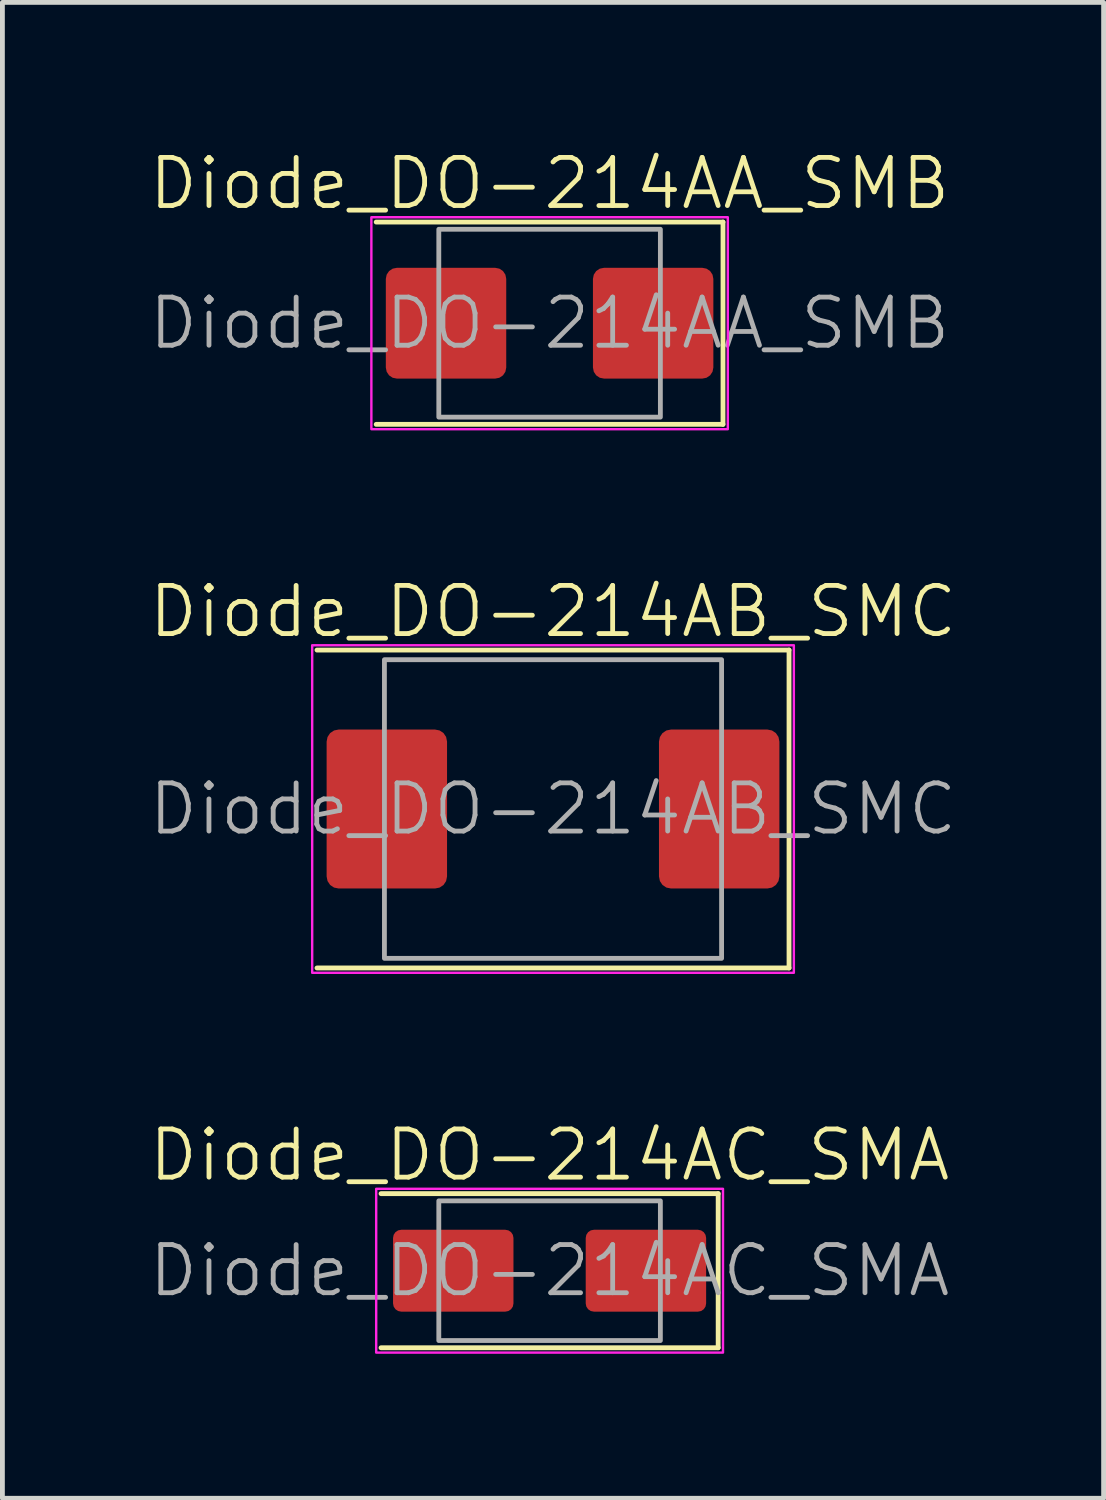
<source format=kicad_pcb>
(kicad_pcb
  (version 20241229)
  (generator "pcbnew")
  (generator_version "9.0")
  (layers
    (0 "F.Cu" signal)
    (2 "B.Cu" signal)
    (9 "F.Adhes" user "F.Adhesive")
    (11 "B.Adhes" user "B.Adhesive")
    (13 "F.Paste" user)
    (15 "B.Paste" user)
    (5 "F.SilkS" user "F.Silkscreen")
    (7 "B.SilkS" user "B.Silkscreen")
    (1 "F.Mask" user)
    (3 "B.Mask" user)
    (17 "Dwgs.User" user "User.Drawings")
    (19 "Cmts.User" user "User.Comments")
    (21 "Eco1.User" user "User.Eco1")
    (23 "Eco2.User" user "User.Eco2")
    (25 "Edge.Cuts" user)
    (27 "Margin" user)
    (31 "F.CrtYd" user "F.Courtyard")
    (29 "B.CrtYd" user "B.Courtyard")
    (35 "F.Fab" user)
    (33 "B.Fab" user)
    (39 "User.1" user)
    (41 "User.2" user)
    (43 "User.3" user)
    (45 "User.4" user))
  (footprint "Diode_DO-214AC_SMA"
    (layer "F.Cu")
    (at 8.36 23.331)
    (property "Reference" "Diode_DO-214AC_SMA" (at 0 -2.4 0) (unlocked yes) (layer "F.SilkS") (effects (font (size 1 1) (thickness 0.1))))
    (attr smd)
    (fp_line (start -3.5 -1.6) (end 3.5 -1.6) (stroke (width 0.1) (type default)) (layer "F.SilkS"))
    (fp_line (start 3.5 -1.6) (end 3.5 1.6) (stroke (width 0.1) (type default)) (layer "F.SilkS"))
    (fp_line (start 3.5 1.6) (end -3.5 1.6) (stroke (width 0.1) (type default)) (layer "F.SilkS"))
    (fp_rect (start -3.6 -1.7) (end 3.6 1.7) (stroke (width 0.05) (type default)) (fill no) (layer "F.CrtYd"))
    (fp_rect (start -2.3 -1.45) (end 2.3 1.45) (stroke (width 0.1) (type default)) (fill no) (layer "F.Fab"))
    (fp_text user "${REFERENCE}" (at 0 0 0) (unlocked yes) (layer "F.Fab") (effects (font (size 1 1) (thickness 0.1))))
    (pad "1" smd roundrect (at -2 0) (size 2.5 1.7) (layers "F.Cu" "F.Mask" "F.Paste") (roundrect_rratio 0.1))
    (pad "2" smd roundrect (at 2 0) (size 2.5 1.7) (layers "F.Cu" "F.Mask" "F.Paste") (roundrect_rratio 0.1)))
  (footprint "Diode_DO-214AB_SMC"
    (layer "F.Cu")
    (at 8.431 13.746)
    (property "Reference" "Diode_DO-214AB_SMC" (at 0 -4.1 0) (unlocked yes) (layer "F.SilkS") (effects (font (size 1 1) (thickness 0.1))))
    (attr smd)
    (fp_line (start -4.9 -3.3) (end 4.9 -3.3) (stroke (width 0.1) (type default)) (layer "F.SilkS"))
    (fp_line (start 4.9 -3.3) (end 4.9 3.3) (stroke (width 0.1) (type default)) (layer "F.SilkS"))
    (fp_line (start 4.9 3.3) (end -4.9 3.3) (stroke (width 0.1) (type default)) (layer "F.SilkS"))
    (fp_rect (start -5 3.4) (end 5 -3.4) (stroke (width 0.05) (type default)) (fill no) (layer "F.CrtYd"))
    (fp_rect (start -3.5 -3.1) (end 3.5 3.1) (stroke (width 0.1) (type default)) (fill no) (layer "F.Fab"))
    (fp_text user "${REFERENCE}" (at 0 0 0) (unlocked yes) (layer "F.Fab") (effects (font (size 1 1) (thickness 0.1))))
    (pad "1" smd roundrect (at -3.45 0) (size 2.5 3.3) (layers "F.Cu" "F.Mask" "F.Paste") (roundrect_rratio 0.1))
    (pad "2" smd roundrect (at 3.45 0) (size 2.5 3.3) (layers "F.Cu" "F.Mask" "F.Paste") (roundrect_rratio 0.1)))
  (footprint "Diode_DO-214AA_SMB"
    (layer "F.Cu")
    (at 8.36 3.66)
    (property "Reference" "Diode_DO-214AA_SMB" (at 0 -2.9 0) (unlocked yes) (layer "F.SilkS") (effects (font (size 1 1) (thickness 0.1))))
    (attr smd)
    (fp_line (start -3.6 -2.1) (end 3.6 -2.1) (stroke (width 0.1) (type default)) (layer "F.SilkS"))
    (fp_line (start 3.6 -2.1) (end 3.6 2.1) (stroke (width 0.1) (type default)) (layer "F.SilkS"))
    (fp_line (start 3.6 2.1) (end -3.6 2.1) (stroke (width 0.1) (type default)) (layer "F.SilkS"))
    (fp_rect (start -3.7 -2.2) (end 3.7 2.2) (stroke (width 0.05) (type default)) (fill no) (layer "F.CrtYd"))
    (fp_rect (start -2.3 -1.95) (end 2.3 1.95) (stroke (width 0.1) (type default)) (fill no) (layer "F.Fab"))
    (fp_text user "${REFERENCE}" (at 0 0 0) (unlocked yes) (layer "F.Fab") (effects (font (size 1 1) (thickness 0.1))))
    (pad "1" smd roundrect (at -2.15 0) (size 2.5 2.3) (layers "F.Cu" "F.Mask" "F.Paste") (roundrect_rratio 0.1))
    (pad "2" smd roundrect (at 2.15 0) (size 2.5 2.3) (layers "F.Cu" "F.Mask" "F.Paste") (roundrect_rratio 0.1)))
  (gr_rect
    (start -3 -3)
    (end 19.862 28.056)
    (stroke (width 0.1) (type default))
    (fill no)
    (layer "Edge.Cuts")))
</source>
